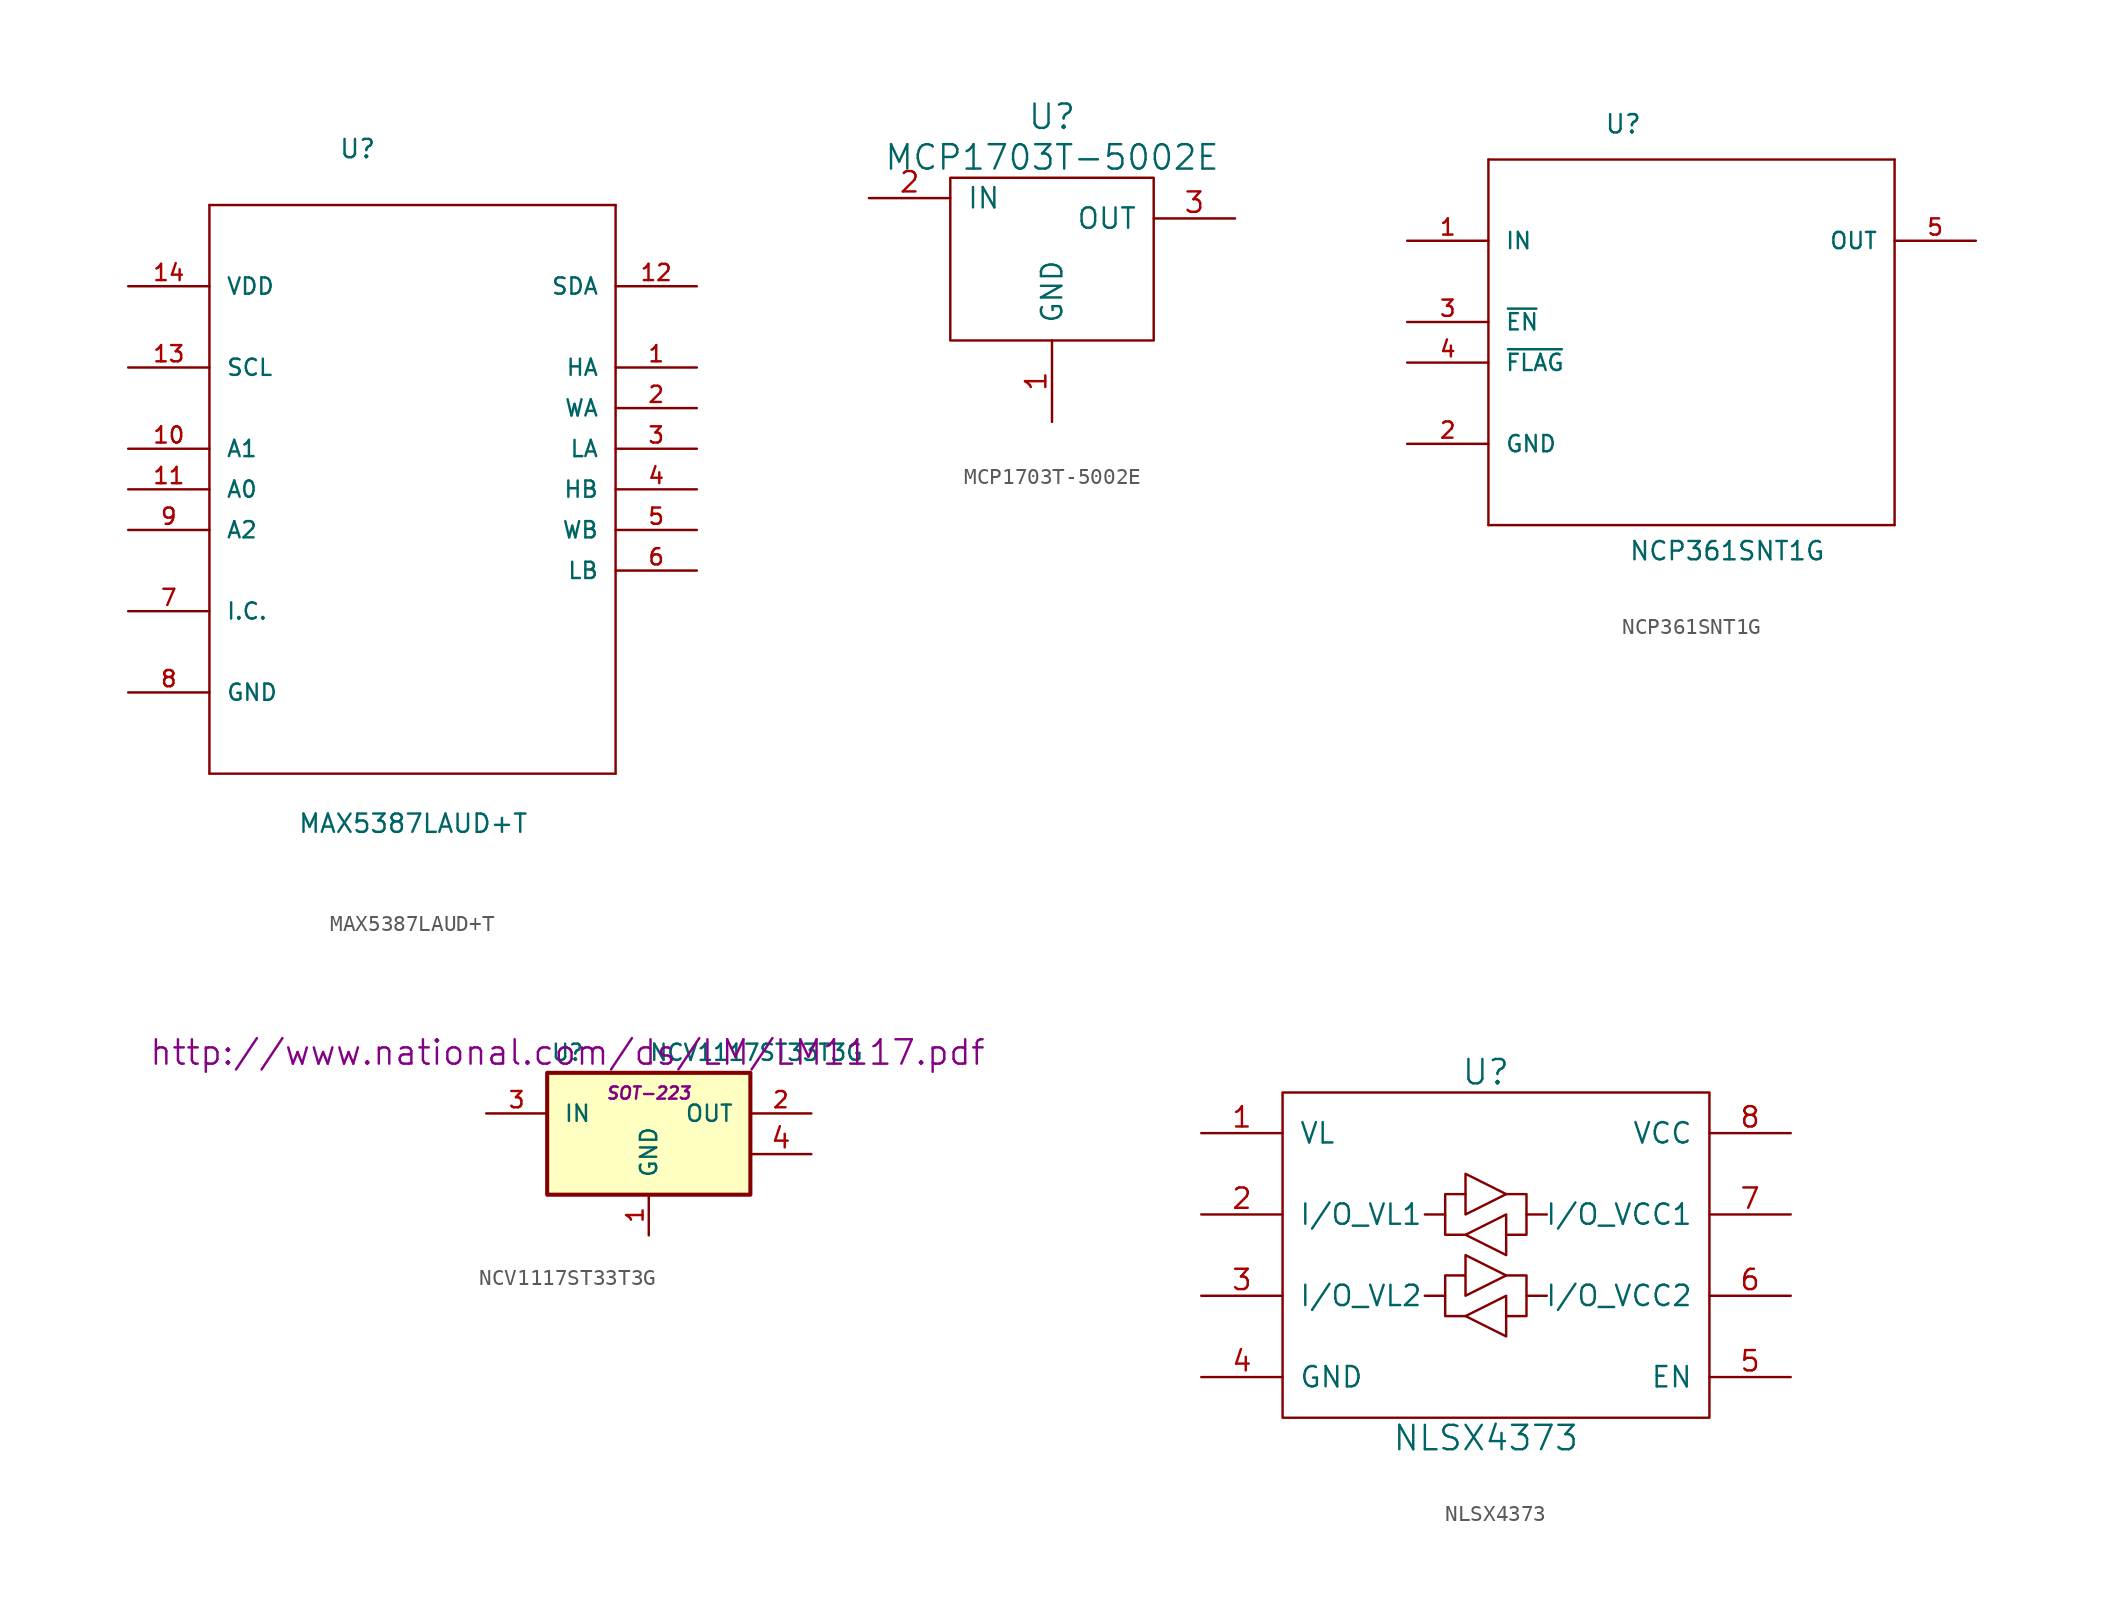
<source format=kicad_sym>
(kicad_symbol_lib
  (version 20211014)
  (generator kicad_symbol_editor)
  (symbol "MAX5387LAUD+T"
    (pin_names
      (offset 1.016))
    (property "Reference" "U"
      (at -4.623 18.085 0)
      (effects (font (size 1.143 1.143)) (justify left bottom)))
    (property "Value" "MAX5387LAUD+T"
      (at -7.188 -24.105 0)
      (effects (font (size 1.143 1.143)) (justify left bottom)))
    (property "ki_locked" ""
      (at 0 0 0)
      (effects (font (size 1.27 1.27))))
    (symbol "MAX5387LAUD+T_1_0"
      (polyline (pts (xy -12.7 -20.32) (xy 12.7 -20.32)) (stroke (width 0) (type default) (color 0 0 0 0)) (fill (type none)))
      (polyline (pts (xy -12.7 15.24) (xy -12.7 -20.32)) (stroke (width 0) (type default) (color 0 0 0 0)) (fill (type none)))
      (polyline (pts (xy 12.7 -20.32) (xy 12.7 15.24)) (stroke (width 0) (type default) (color 0 0 0 0)) (fill (type none)))
      (polyline (pts (xy 12.7 15.24) (xy -12.7 15.24)) (stroke (width 0) (type default) (color 0 0 0 0)) (fill (type none))))
    (symbol "MAX5387LAUD+T_1_1"
      (pin passive line (at 17.78 5.08 180) (length 5.08) (name "HA" (effects (font (size 1.016 1.016)))) (number "1" (effects (font (size 1.016 1.016)))))
      (pin input line (at -17.78 0 0) (length 5.08) (name "A1" (effects (font (size 1.016 1.016)))) (number "10" (effects (font (size 1.016 1.016)))))
      (pin input line (at -17.78 -2.54 0) (length 5.08) (name "A0" (effects (font (size 1.016 1.016)))) (number "11" (effects (font (size 1.016 1.016)))))
      (pin bidirectional line (at 17.78 10.16 180) (length 5.08) (name "SDA" (effects (font (size 1.016 1.016)))) (number "12" (effects (font (size 1.016 1.016)))))
      (pin input line (at -17.78 5.08 0) (length 5.08) (name "SCL" (effects (font (size 1.016 1.016)))) (number "13" (effects (font (size 1.016 1.016)))))
      (pin power_in line (at -17.78 10.16 0) (length 5.08) (name "VDD" (effects (font (size 1.016 1.016)))) (number "14" (effects (font (size 1.016 1.016)))))
      (pin passive line (at 17.78 2.54 180) (length 5.08) (name "WA" (effects (font (size 1.016 1.016)))) (number "2" (effects (font (size 1.016 1.016)))))
      (pin passive line (at 17.78 0 180) (length 5.08) (name "LA" (effects (font (size 1.016 1.016)))) (number "3" (effects (font (size 1.016 1.016)))))
      (pin passive line (at 17.78 -2.54 180) (length 5.08) (name "HB" (effects (font (size 1.016 1.016)))) (number "4" (effects (font (size 1.016 1.016)))))
      (pin passive line (at 17.78 -5.08 180) (length 5.08) (name "WB" (effects (font (size 1.016 1.016)))) (number "5" (effects (font (size 1.016 1.016)))))
      (pin passive line (at 17.78 -7.62 180) (length 5.08) (name "LB" (effects (font (size 1.016 1.016)))) (number "6" (effects (font (size 1.016 1.016)))))
      (pin passive line (at -17.78 -10.16 0) (length 5.08) (name "I.C." (effects (font (size 1.016 1.016)))) (number "7" (effects (font (size 1.016 1.016)))))
      (pin passive line (at -17.78 -15.24 0) (length 5.08) (name "GND" (effects (font (size 1.016 1.016)))) (number "8" (effects (font (size 1.016 1.016)))))
      (pin input line (at -17.78 -5.08 0) (length 5.08) (name "A2" (effects (font (size 1.016 1.016)))) (number "9" (effects (font (size 1.016 1.016)))))))
  (symbol "MCP1703T-5002E"
    (pin_names
      (offset 1.016))
    (property "Reference" "U"
      (at 1.27 12.7 0)
      (effects (font (size 1.524 1.524))))
    (property "Value" "MCP1703T-5002E"
      (at 1.27 10.16 0)
      (effects (font (size 1.524 1.524))))
    (symbol "MCP1703T-5002E_0_1"
      (rectangle (start -5.08 8.89) (end 7.62 -1.27) (stroke (width 0) (type default) (color 0 0 0 0)) (fill (type none))))
    (symbol "MCP1703T-5002E_1_1"
      (pin power_in line (at 1.27 -6.35 90) (length 5.08) (name "GND" (effects (font (size 1.27 1.27)))) (number "1" (effects (font (size 1.27 1.27)))))
      (pin power_in line (at -10.16 7.62 0) (length 5.08) (name "IN" (effects (font (size 1.27 1.27)))) (number "2" (effects (font (size 1.27 1.27)))))
      (pin power_out line (at 12.7 6.35 180) (length 5.08) (name "OUT" (effects (font (size 1.27 1.27)))) (number "3" (effects (font (size 1.27 1.27)))))))
  (symbol "NCP361SNT1G"
    (pin_names
      (offset 1.016))
    (property "Reference" "U"
      (at -5.461 9.169 0)
      (effects (font (size 1.143 1.143)) (justify left bottom)))
    (property "Value" "NCP361SNT1G"
      (at -3.937 -17.526 0)
      (effects (font (size 1.143 1.143)) (justify left bottom)))
    (property "ki_locked" ""
      (at 0 0 0)
      (effects (font (size 1.27 1.27))))
    (symbol "NCP361SNT1G_1_0"
      (polyline (pts (xy -12.7 -15.24) (xy 12.7 -15.24)) (stroke (width 0) (type default) (color 0 0 0 0)) (fill (type none)))
      (polyline (pts (xy -12.7 7.62) (xy -12.7 -15.24)) (stroke (width 0) (type default) (color 0 0 0 0)) (fill (type none)))
      (polyline (pts (xy 12.7 -15.24) (xy 12.7 7.62)) (stroke (width 0) (type default) (color 0 0 0 0)) (fill (type none)))
      (polyline (pts (xy 12.7 7.62) (xy -12.7 7.62)) (stroke (width 0) (type default) (color 0 0 0 0)) (fill (type none))))
    (symbol "NCP361SNT1G_1_1"
      (pin power_in line (at -17.78 2.54 0) (length 5.08) (name "IN" (effects (font (size 1.016 1.016)))) (number "1" (effects (font (size 1.016 1.016)))))
      (pin passive line (at -17.78 -10.16 0) (length 5.08) (name "GND" (effects (font (size 1.016 1.016)))) (number "2" (effects (font (size 1.016 1.016)))))
      (pin input line (at -17.78 -2.54 0) (length 5.08) (name "~{EN}" (effects (font (size 1.016 1.016)))) (number "3" (effects (font (size 1.016 1.016)))))
      (pin input line (at -17.78 -5.08 0) (length 5.08) (name "~{FLAG}" (effects (font (size 1.016 1.016)))) (number "4" (effects (font (size 1.016 1.016)))))
      (pin power_out line (at 17.78 2.54 180) (length 5.08) (name "OUT" (effects (font (size 1.016 1.016)))) (number "5" (effects (font (size 1.016 1.016)))))))
  (symbol "NCV1117ST33T3G"
    (pin_names
      (offset 1.016))
    (property "Reference" "U"
      (at -5.08 5.08 0)
      (effects (font (size 1.016 1.016))))
    (property "Value" "NCV1117ST33T3G"
      (at 0 5.08 0)
      (effects (font (size 1.016 1.016)) (justify left)))
    (property "Footprint" "SOT-223"
      (at 0 2.54 0)
      (effects (font (size 0.762 0.762) italic)))
    (property "Datasheet" "http://www.national.com/ds/LM/LM1117.pdf"
      (at -5.08 5.08 0)
      (effects (font (size 1.524 1.524))))
    (symbol "NCV1117ST33T3G_0_1"
      (rectangle (start -6.35 3.81) (end 6.35 -3.81) (stroke (width 0.254) (type default) (color 0 0 0 0)) (fill (type background))))
    (symbol "NCV1117ST33T3G_1_1"
      (pin power_in line (at 0 -6.35 90) (length 2.54) (name "GND" (effects (font (size 1.016 1.016)))) (number "1" (effects (font (size 1.016 1.016)))))
      (pin power_out line (at 10.16 1.27 180) (length 3.81) (name "OUT" (effects (font (size 1.016 1.016)))) (number "2" (effects (font (size 1.016 1.016)))))
      (pin power_in line (at -10.16 1.27 0) (length 3.81) (name "IN" (effects (font (size 1.016 1.016)))) (number "3" (effects (font (size 1.016 1.016)))))
      (pin input line (at 10.16 -1.27 180) (length 3.81) (name "~" (effects (font (size 1.27 1.27)))) (number "4" (effects (font (size 1.27 1.27)))))))
  (symbol "NLSX4373"
    (pin_names
      (offset 1.016))
    (property "Reference" "U"
      (at 0 11.43 0)
      (effects (font (size 1.524 1.524))))
    (property "Value" "NLSX4373"
      (at 0 -11.43 0)
      (effects (font (size 1.524 1.524))))
    (property "Footprint" ""
      (at 10.16 0 0)
      (effects (font (size 1.524 1.524))))
    (property "Datasheet" ""
      (at 10.16 0 0)
      (effects (font (size 1.524 1.524))))
    (symbol "NLSX4373_0_1"
      (rectangle (start -12.7 10.16) (end 13.97 -10.16) (stroke (width 0) (type default) (color 0 0 0 0)) (fill (type none)))
      (polyline (pts (xy -2.54 2.54) (xy -3.81 2.54)) (stroke (width 0) (type default) (color 0 0 0 0)) (fill (type none)))
      (polyline (pts (xy 2.54 2.54) (xy 3.81 2.54)) (stroke (width 0) (type default) (color 0 0 0 0)) (fill (type none)))
      (polyline (pts (xy -2.54 -2.54) (xy -2.54 -3.81) (xy -1.27 -3.81)) (stroke (width 0) (type default) (color 0 0 0 0)) (fill (type none)))
      (polyline (pts (xy -1.27 3.81) (xy -2.54 3.81) (xy -2.54 1.27) (xy -1.27 1.27)) (stroke (width 0) (type default) (color 0 0 0 0)) (fill (type none)))
      (polyline (pts (xy -1.27 5.08) (xy 1.27 3.81) (xy -1.27 2.54) (xy -1.27 5.08)) (stroke (width 0) (type default) (color 0 0 0 0)) (fill (type none)))
      (polyline (pts (xy 1.27 -1.27) (xy 2.54 -1.27) (xy 2.54 -2.54) (xy 3.81 -2.54)) (stroke (width 0) (type default) (color 0 0 0 0)) (fill (type none)))
      (polyline (pts (xy 1.27 1.27) (xy 2.54 1.27) (xy 2.54 3.81) (xy 1.27 3.81)) (stroke (width 0) (type default) (color 0 0 0 0)) (fill (type none)))
      (polyline (pts (xy 1.27 1.27) (xy 1.27 2.54) (xy -1.27 1.27) (xy 1.27 0) (xy 1.27 1.27)) (stroke (width 0) (type default) (color 0 0 0 0)) (fill (type none)))
      (polyline (pts (xy 2.54 -2.54) (xy 2.54 -3.81) (xy 1.27 -3.81) (xy 1.27 -2.54) (xy -1.27 -3.81) (xy 1.27 -5.08) (xy 1.27 -3.81)) (stroke (width 0) (type default) (color 0 0 0 0)) (fill (type none)))
      (polyline (pts (xy -3.81 -2.54) (xy -2.54 -2.54) (xy -2.54 -1.27) (xy -1.27 -1.27) (xy -1.27 0) (xy 1.27 -1.27) (xy -1.27 -2.54) (xy -1.27 -1.27)) (stroke (width 0) (type default) (color 0 0 0 0)) (fill (type none))))
    (symbol "NLSX4373_1_1"
      (pin power_in line (at -17.78 7.62 0) (length 5.08) (name "VL" (effects (font (size 1.27 1.27)))) (number "1" (effects (font (size 1.27 1.27)))))
      (pin bidirectional line (at -17.78 2.54 0) (length 5.08) (name "I/O_VL1" (effects (font (size 1.27 1.27)))) (number "2" (effects (font (size 1.27 1.27)))))
      (pin bidirectional line (at -17.78 -2.54 0) (length 5.08) (name "I/O_VL2" (effects (font (size 1.27 1.27)))) (number "3" (effects (font (size 1.27 1.27)))))
      (pin power_out line (at -17.78 -7.62 0) (length 5.08) (name "GND" (effects (font (size 1.27 1.27)))) (number "4" (effects (font (size 1.27 1.27)))))
      (pin output line (at 19.05 -7.62 180) (length 5.08) (name "EN" (effects (font (size 1.27 1.27)))) (number "5" (effects (font (size 1.27 1.27)))))
      (pin passive line (at 19.05 -2.54 180) (length 5.08) (name "I/O_VCC2" (effects (font (size 1.27 1.27)))) (number "6" (effects (font (size 1.27 1.27)))))
      (pin bidirectional line (at 19.05 2.54 180) (length 5.08) (name "I/O_VCC1" (effects (font (size 1.27 1.27)))) (number "7" (effects (font (size 1.27 1.27)))))
      (pin power_in line (at 19.05 7.62 180) (length 5.08) (name "VCC" (effects (font (size 1.27 1.27)))) (number "8" (effects (font (size 1.27 1.27))))))))
</source>
